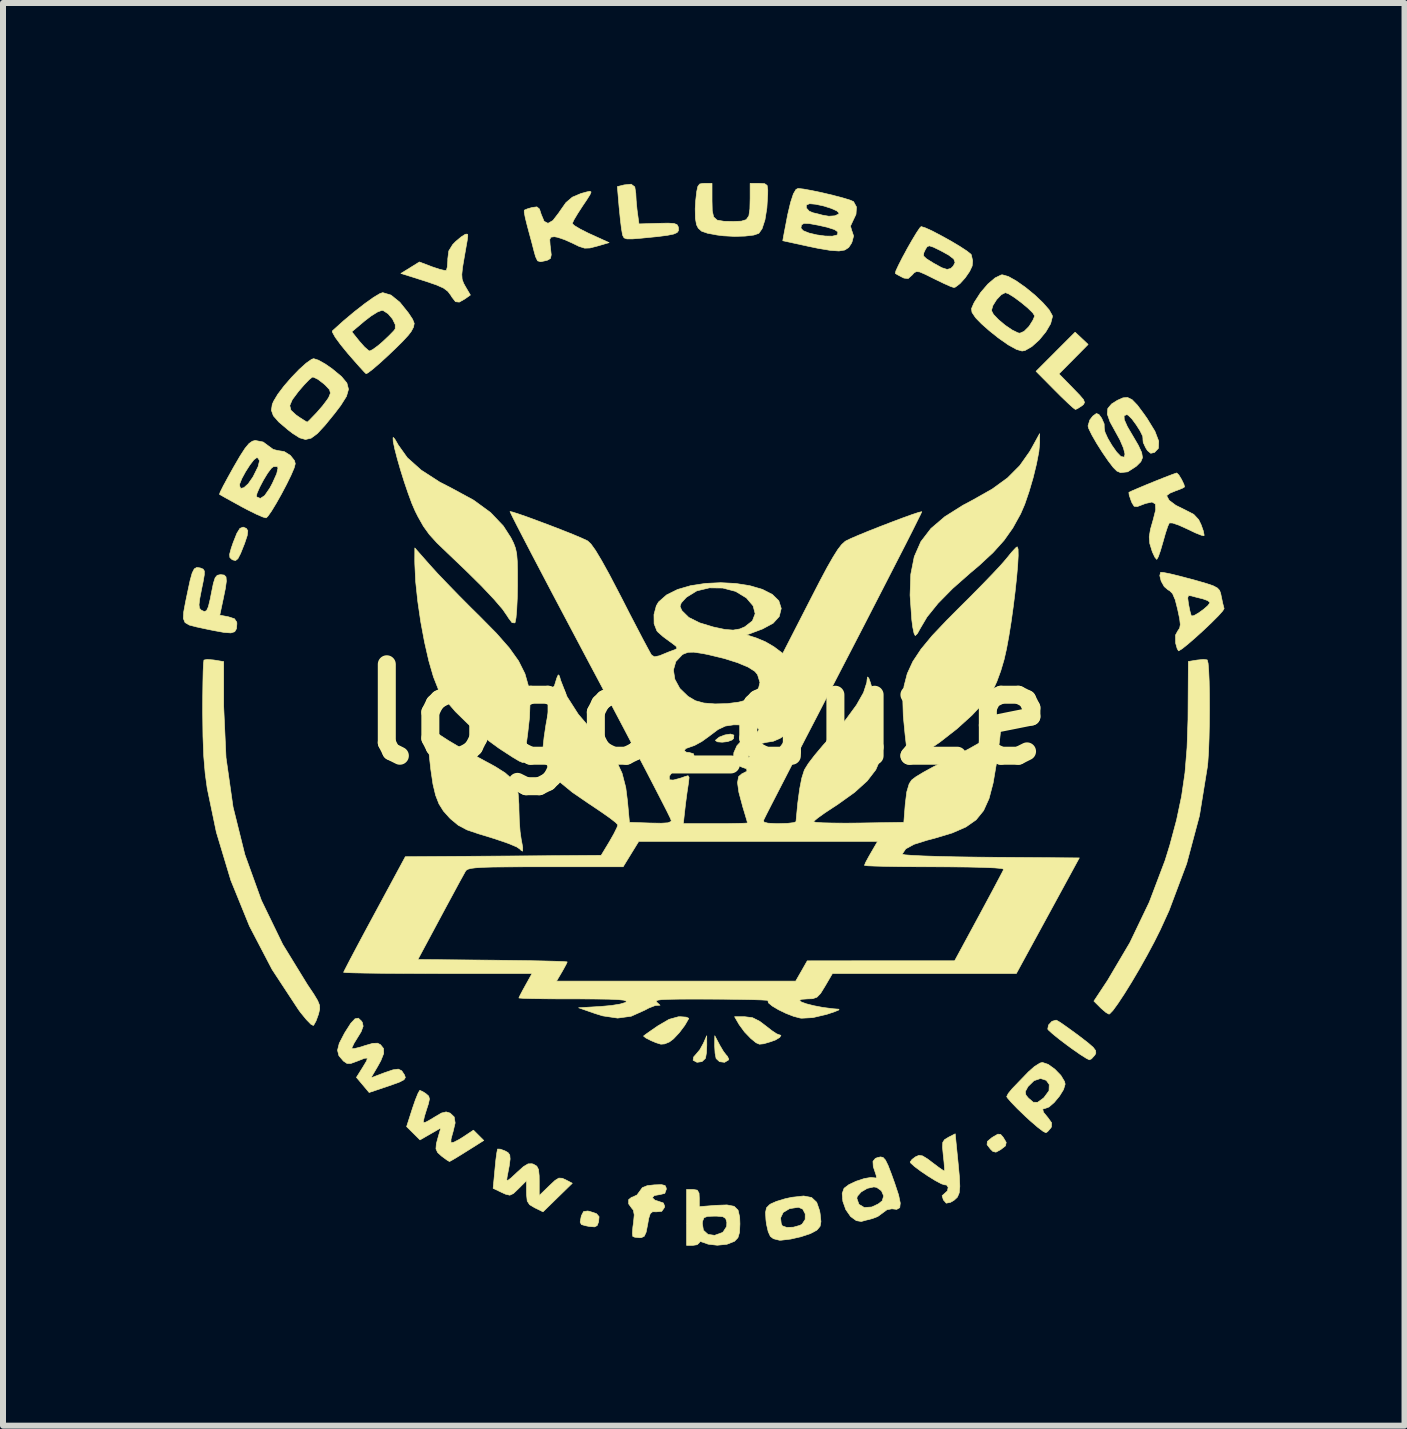
<source format=kicad_pcb>
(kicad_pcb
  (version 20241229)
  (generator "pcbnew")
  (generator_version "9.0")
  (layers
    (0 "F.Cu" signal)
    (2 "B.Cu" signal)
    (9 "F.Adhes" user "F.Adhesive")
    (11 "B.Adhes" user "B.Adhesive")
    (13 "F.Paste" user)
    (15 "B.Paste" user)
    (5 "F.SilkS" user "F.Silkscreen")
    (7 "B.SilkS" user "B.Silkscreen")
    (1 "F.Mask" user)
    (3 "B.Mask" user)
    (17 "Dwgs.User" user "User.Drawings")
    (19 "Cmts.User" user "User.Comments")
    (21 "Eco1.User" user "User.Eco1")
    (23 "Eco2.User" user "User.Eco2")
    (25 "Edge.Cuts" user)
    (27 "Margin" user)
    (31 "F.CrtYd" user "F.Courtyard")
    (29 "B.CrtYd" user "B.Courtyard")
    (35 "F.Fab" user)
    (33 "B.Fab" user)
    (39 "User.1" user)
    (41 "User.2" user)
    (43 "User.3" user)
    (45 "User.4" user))
  (footprint "logo_duze"
    (layer "F.Cu")
    (at 8.729 8.853)
    (property "Reference" "logo_duze" (at 0 0 0) (layer "F.SilkS") (effects (font (size 1.524 1.524) (thickness 0.3))))
    (attr through_hole)
    (fp_poly (pts (xy 0.448 0.345) (xy 0.449 0.346) (xy 0.444 0.403) (xy 0.418 0.427) (xy 0.345 0.454) (xy 0.255 0.464) (xy 0.177 0.458) (xy 0.143 0.437) (xy 0.146 0.428) (xy 0.206 0.379) (xy 0.3 0.343) (xy 0.393 0.328) (xy 0.448 0.345)) (stroke (width 0.01) (type solid)) (fill yes) (layer "F.SilkS"))
    (fp_poly (pts (xy -0.002 5.51) (xy -0.007 5.633) (xy -0.023 5.726) (xy -0.026 5.733) (xy -0.082 5.786) (xy -0.165 5.798) (xy -0.229 5.764) (xy -0.23 5.762) (xy -0.221 5.709) (xy -0.184 5.667) (xy -0.117 5.587) (xy -0.059 5.482) (xy -0.003 5.355) (xy -0.002 5.51)) (stroke (width 0.01) (type solid)) (fill yes) (layer "F.SilkS"))
    (fp_poly (pts (xy 4.894 6.999) (xy 4.937 7.048) (xy 4.987 7.132) (xy 4.975 7.19) (xy 4.894 7.253) (xy 4.816 7.295) (xy 4.765 7.283) (xy 4.725 7.244) (xy 4.668 7.17) (xy 4.673 7.116) (xy 4.746 7.055) (xy 4.768 7.041) (xy 4.848 6.995) (xy 4.894 6.999)) (stroke (width 0.01) (type solid)) (fill yes) (layer "F.SilkS"))
    (fp_poly (pts (xy 0.213 5.511) (xy 0.275 5.616) (xy 0.328 5.685) (xy 0.339 5.694) (xy 0.364 5.745) (xy 0.358 5.76) (xy 0.294 5.798) (xy 0.21 5.787) (xy 0.153 5.734) (xy 0.153 5.733) (xy 0.136 5.646) (xy 0.129 5.525) (xy 0.129 5.51) (xy 0.131 5.355) (xy 0.213 5.511)) (stroke (width 0.01) (type solid)) (fill yes) (layer "F.SilkS"))
    (fp_poly (pts (xy -1.953 8.282) (xy -1.841 8.319) (xy -1.797 8.37) (xy -1.805 8.456) (xy -1.805 8.457) (xy -1.829 8.518) (xy -1.872 8.54) (xy -1.96 8.533) (xy -2.021 8.521) (xy -2.091 8.501) (xy -2.112 8.46) (xy -2.095 8.369) (xy -2.09 8.351) (xy -2.055 8.284) (xy -1.985 8.275) (xy -1.953 8.282)) (stroke (width 0.01) (type solid)) (fill yes) (layer "F.SilkS"))
    (fp_poly (pts (xy -7.674 -3.098) (xy -7.65 -3.059) (xy -7.66 -2.978) (xy -7.706 -2.84) (xy -7.709 -2.834) (xy -7.77 -2.681) (xy -7.815 -2.594) (xy -7.854 -2.563) (xy -7.899 -2.573) (xy -7.917 -2.583) (xy -7.949 -2.614) (xy -7.953 -2.668) (xy -7.927 -2.765) (xy -7.893 -2.864) (xy -7.832 -3.017) (xy -7.781 -3.099) (xy -7.728 -3.12) (xy -7.674 -3.098)) (stroke (width 0.01) (type solid)) (fill yes) (layer "F.SilkS"))
    (fp_poly (pts (xy 6.244 -6.266) (xy 6.352 -6.164) (xy 6.109 -5.918) (xy 5.866 -5.673) (xy 6.097 -5.437) (xy 6.212 -5.318) (xy 6.275 -5.244) (xy 6.292 -5.197) (xy 6.274 -5.163) (xy 6.247 -5.141) (xy 6.174 -5.094) (xy 6.14 -5.08) (xy 6.102 -5.108) (xy 6.018 -5.184) (xy 5.901 -5.296) (xy 5.799 -5.398) (xy 5.484 -5.716) (xy 5.809 -6.042) (xy 6.135 -6.368) (xy 6.244 -6.266)) (stroke (width 0.01) (type solid)) (fill yes) (layer "F.SilkS"))
    (fp_poly (pts (xy -0.346 5.045) (xy -0.303 5.064) (xy -0.303 5.069) (xy -0.369 5.183) (xy -0.461 5.305) (xy -0.557 5.407) (xy -0.626 5.459) (xy -0.705 5.491) (xy -0.767 5.496) (xy -0.848 5.471) (xy -0.927 5.438) (xy -1.016 5.393) (xy -1.055 5.362) (xy -1.054 5.358) (xy -1.013 5.327) (xy -0.922 5.263) (xy -0.816 5.19) (xy -0.631 5.082) (xy -0.476 5.039) (xy -0.442 5.038) (xy -0.346 5.045)) (stroke (width 0.01) (type solid)) (fill yes) (layer "F.SilkS"))
    (fp_poly (pts (xy 0.759 5.054) (xy 0.88 5.115) (xy 0.974 5.186) (xy 1.079 5.268) (xy 1.16 5.322) (xy 1.189 5.334) (xy 1.233 5.348) (xy 1.213 5.383) (xy 1.141 5.426) (xy 1.064 5.454) (xy 0.945 5.489) (xy 0.875 5.496) (xy 0.819 5.472) (xy 0.742 5.409) (xy 0.733 5.402) (xy 0.627 5.292) (xy 0.537 5.169) (xy 0.537 5.169) (xy 0.461 5.038) (xy 0.629 5.038) (xy 0.759 5.054)) (stroke (width 0.01) (type solid)) (fill yes) (layer "F.SilkS"))
    (fp_poly (pts (xy 5.827 5.098) (xy 5.884 5.131) (xy 5.989 5.204) (xy 6.126 5.303) (xy 6.199 5.357) (xy 6.347 5.471) (xy 6.436 5.548) (xy 6.477 5.603) (xy 6.48 5.646) (xy 6.465 5.676) (xy 6.408 5.74) (xy 6.372 5.756) (xy 6.321 5.731) (xy 6.22 5.667) (xy 6.087 5.574) (xy 6.011 5.519) (xy 5.871 5.413) (xy 5.759 5.322) (xy 5.691 5.26) (xy 5.679 5.244) (xy 5.692 5.176) (xy 5.749 5.115) (xy 5.818 5.095) (xy 5.827 5.098)) (stroke (width 0.01) (type solid)) (fill yes) (layer "F.SilkS"))
    (fp_poly (pts (xy -1.202 -8.789) (xy -1.185 -8.682) (xy -1.179 -8.565) (xy -1.165 -8.416) (xy -1.159 -8.368) (xy -1.132 -8.172) (xy -0.809 -8.182) (xy -0.645 -8.185) (xy -0.548 -8.179) (xy -0.498 -8.16) (xy -0.478 -8.124) (xy -0.474 -8.102) (xy -0.474 -8.06) (xy -0.497 -8.028) (xy -0.554 -8.003) (xy -0.658 -7.982) (xy -0.821 -7.961) (xy -1.055 -7.938) (xy -1.084 -7.935) (xy -1.241 -7.922) (xy -1.333 -7.922) (xy -1.38 -7.939) (xy -1.402 -7.978) (xy -1.409 -8.007) (xy -1.424 -8.096) (xy -1.442 -8.241) (xy -1.459 -8.414) (xy -1.463 -8.45) (xy -1.492 -8.794) (xy -1.379 -8.822) (xy -1.262 -8.834) (xy -1.202 -8.789)) (stroke (width 0.01) (type solid)) (fill yes) (layer "F.SilkS"))
    (fp_poly (pts (xy 5.545 -4.525) (xy 5.531 -4.376) (xy 5.492 -4.174) (xy 5.436 -3.944) (xy 5.368 -3.712) (xy 5.296 -3.501) (xy 5.227 -3.341) (xy 5.097 -3.106) (xy 4.95 -2.898) (xy 4.77 -2.698) (xy 4.542 -2.486) (xy 4.388 -2.356) (xy 4.094 -2.097) (xy 3.851 -1.85) (xy 3.667 -1.622) (xy 3.553 -1.429) (xy 3.507 -1.346) (xy 3.471 -1.312) (xy 3.451 -1.351) (xy 3.43 -1.451) (xy 3.414 -1.573) (xy 3.385 -1.986) (xy 3.397 -2.334) (xy 3.455 -2.627) (xy 3.565 -2.878) (xy 3.732 -3.096) (xy 3.964 -3.294) (xy 4.264 -3.483) (xy 4.427 -3.57) (xy 4.753 -3.754) (xy 5.01 -3.941) (xy 5.214 -4.146) (xy 5.379 -4.38) (xy 5.416 -4.445) (xy 5.544 -4.678) (xy 5.545 -4.525)) (stroke (width 0.01) (type solid)) (fill yes) (layer "F.SilkS"))
    (fp_poly (pts (xy -4.606 -2.477) (xy -4.487 -2.346) (xy -4.323 -2.175) (xy -4.132 -1.978) (xy -3.928 -1.773) (xy -3.783 -1.63) (xy -3.508 -1.351) (xy -3.295 -1.109) (xy -3.138 -0.889) (xy -3.032 -0.677) (xy -2.97 -0.459) (xy -2.946 -0.222) (xy -2.956 0.05) (xy -2.985 0.311) (xy -3.01 0.5) (xy -3.03 0.655) (xy -3.043 0.759) (xy -3.048 0.794) (xy -3.067 0.804) (xy -3.127 0.779) (xy -3.238 0.713) (xy -3.406 0.604) (xy -3.471 0.561) (xy -3.729 0.373) (xy -3.973 0.167) (xy -4.188 -0.043) (xy -4.359 -0.241) (xy -4.472 -0.414) (xy -4.478 -0.425) (xy -4.557 -0.626) (xy -4.634 -0.892) (xy -4.705 -1.203) (xy -4.768 -1.54) (xy -4.818 -1.883) (xy -4.853 -2.212) (xy -4.867 -2.508) (xy -4.868 -2.561) (xy -4.867 -2.773) (xy -4.606 -2.477)) (stroke (width 0.01) (type solid)) (fill yes) (layer "F.SilkS"))
    (fp_poly (pts (xy -3.986 -7.996) (xy -3.985 -7.966) (xy -3.994 -7.896) (xy -4.016 -7.772) (xy -4.042 -7.623) (xy -4.072 -7.447) (xy -4.084 -7.33) (xy -4.079 -7.251) (xy -4.055 -7.184) (xy -4.023 -7.126) (xy -3.941 -6.987) (xy -4.033 -6.922) (xy -4.126 -6.869) (xy -4.189 -6.876) (xy -4.249 -6.953) (xy -4.267 -6.983) (xy -4.316 -7.048) (xy -4.389 -7.103) (xy -4.506 -7.155) (xy -4.684 -7.216) (xy -4.719 -7.227) (xy -5.099 -7.347) (xy -4.945 -7.442) (xy -4.791 -7.538) (xy -4.578 -7.457) (xy -4.455 -7.416) (xy -4.368 -7.396) (xy -4.341 -7.399) (xy -4.326 -7.453) (xy -4.318 -7.557) (xy -4.318 -7.589) (xy -4.301 -7.722) (xy -4.236 -7.828) (xy -4.187 -7.878) (xy -4.097 -7.954) (xy -4.03 -7.997) (xy -4.017 -8.001) (xy -3.997 -8.002) (xy -3.986 -7.996)) (stroke (width 0.01) (type solid)) (fill yes) (layer "F.SilkS"))
    (fp_poly (pts (xy 0.085 -8.556) (xy 0.089 -8.389) (xy 0.112 -8.288) (xy 0.17 -8.235) (xy 0.282 -8.216) (xy 0.443 -8.213) (xy 0.574 -8.218) (xy 0.655 -8.243) (xy 0.699 -8.306) (xy 0.716 -8.422) (xy 0.72 -8.597) (xy 0.72 -8.848) (xy 0.868 -8.848) (xy 0.961 -8.843) (xy 1.003 -8.814) (xy 1.014 -8.737) (xy 1.013 -8.668) (xy 0.999 -8.437) (xy 0.967 -8.239) (xy 0.919 -8.092) (xy 0.865 -8.015) (xy 0.78 -7.986) (xy 0.636 -7.969) (xy 0.458 -7.964) (xy 0.273 -7.974) (xy 0.169 -7.987) (xy 0.009 -8.017) (xy -0.089 -8.051) (xy -0.144 -8.101) (xy -0.173 -8.158) (xy -0.192 -8.265) (xy -0.195 -8.425) (xy -0.187 -8.559) (xy -0.17 -8.711) (xy -0.151 -8.797) (xy -0.121 -8.837) (xy -0.069 -8.847) (xy -0.037 -8.848) (xy 0.085 -8.848) (xy 0.085 -8.556)) (stroke (width 0.01) (type solid)) (fill yes) (layer "F.SilkS"))
    (fp_poly (pts (xy -8.226 -0.907) (xy -8.204 -0.904) (xy -8.052 -0.879) (xy -8.052 -0.133) (xy -8.013 0.721) (xy -7.896 1.544) (xy -7.699 2.337) (xy -7.424 3.099) (xy -7.069 3.831) (xy -6.657 4.503) (xy -6.551 4.661) (xy -6.486 4.769) (xy -6.455 4.846) (xy -6.452 4.911) (xy -6.469 4.984) (xy -6.474 5.002) (xy -6.513 5.109) (xy -6.551 5.177) (xy -6.559 5.184) (xy -6.599 5.163) (xy -6.673 5.087) (xy -6.769 4.97) (xy -6.805 4.921) (xy -7.245 4.251) (xy -7.622 3.529) (xy -7.933 2.764) (xy -8.174 1.963) (xy -8.326 1.234) (xy -8.36 0.984) (xy -8.384 0.7) (xy -8.397 0.367) (xy -8.402 -0.033) (xy -8.402 -0.049) (xy -8.401 -0.306) (xy -8.398 -0.533) (xy -8.394 -0.718) (xy -8.388 -0.845) (xy -8.381 -0.903) (xy -8.38 -0.905) (xy -8.327 -0.915) (xy -8.226 -0.907)) (stroke (width 0.01) (type solid)) (fill yes) (layer "F.SilkS"))
    (fp_poly (pts (xy -4.564 0.269) (xy -4.48 0.322) (xy -4.433 0.355) (xy -4.313 0.433) (xy -4.142 0.535) (xy -3.943 0.647) (xy -3.761 0.744) (xy -3.527 0.871) (xy -3.36 0.977) (xy -3.247 1.078) (xy -3.18 1.189) (xy -3.145 1.324) (xy -3.133 1.498) (xy -3.132 1.587) (xy -3.126 1.775) (xy -3.113 1.953) (xy -3.094 2.085) (xy -3.092 2.094) (xy -3.069 2.218) (xy -3.07 2.279) (xy -3.096 2.268) (xy -3.106 2.253) (xy -3.169 2.209) (xy -3.313 2.149) (xy -3.535 2.073) (xy -3.803 1.991) (xy -3.998 1.925) (xy -4.143 1.848) (xy -4.27 1.743) (xy -4.29 1.723) (xy -4.39 1.611) (xy -4.465 1.491) (xy -4.521 1.347) (xy -4.565 1.162) (xy -4.601 0.917) (xy -4.617 0.773) (xy -4.642 0.54) (xy -4.652 0.382) (xy -4.646 0.29) (xy -4.617 0.255) (xy -4.564 0.269)) (stroke (width 0.01) (type solid)) (fill yes) (layer "F.SilkS"))
    (fp_poly (pts (xy -0.697 7.851) (xy -0.678 7.892) (xy -0.677 7.914) (xy -0.702 7.982) (xy -0.781 8.001) (xy -0.878 8.018) (xy -0.909 8.055) (xy -0.866 8.095) (xy -0.812 8.112) (xy -0.725 8.142) (xy -0.704 8.195) (xy -0.709 8.219) (xy -0.753 8.281) (xy -0.841 8.289) (xy -0.906 8.288) (xy -0.944 8.319) (xy -0.97 8.4) (xy -0.987 8.498) (xy -1.013 8.629) (xy -1.044 8.696) (xy -1.092 8.719) (xy -1.118 8.721) (xy -1.202 8.712) (xy -1.235 8.699) (xy -1.241 8.648) (xy -1.234 8.543) (xy -1.224 8.477) (xy -1.211 8.34) (xy -1.226 8.26) (xy -1.252 8.229) (xy -1.304 8.157) (xy -1.304 8.085) (xy -1.253 8.045) (xy -1.238 8.043) (xy -1.165 8.008) (xy -1.121 7.948) (xy -1.076 7.886) (xy -0.994 7.853) (xy -0.878 7.84) (xy -0.756 7.836) (xy -0.697 7.851)) (stroke (width 0.01) (type solid)) (fill yes) (layer "F.SilkS"))
    (fp_poly (pts (xy 4.186 7.479) (xy 4.207 7.706) (xy 4.214 7.866) (xy 4.204 7.973) (xy 4.174 8.044) (xy 4.12 8.095) (xy 4.059 8.131) (xy 3.988 8.145) (xy 3.94 8.09) (xy 3.919 8.02) (xy 3.959 7.985) (xy 4.008 7.94) (xy 4.02 7.88) (xy 3.992 7.841) (xy 3.965 7.84) (xy 3.909 7.823) (xy 3.808 7.77) (xy 3.685 7.694) (xy 3.561 7.61) (xy 3.457 7.532) (xy 3.395 7.475) (xy 3.387 7.458) (xy 3.418 7.416) (xy 3.475 7.373) (xy 3.533 7.348) (xy 3.593 7.357) (xy 3.678 7.409) (xy 3.757 7.469) (xy 3.862 7.548) (xy 3.936 7.599) (xy 3.959 7.609) (xy 3.959 7.565) (xy 3.951 7.462) (xy 3.939 7.352) (xy 3.926 7.213) (xy 3.93 7.132) (xy 3.96 7.086) (xy 4.023 7.048) (xy 4.024 7.047) (xy 4.137 6.989) (xy 4.186 7.479)) (stroke (width 0.01) (type solid)) (fill yes) (layer "F.SilkS"))
    (fp_poly (pts (xy 5.185 -2.754) (xy 5.187 -2.646) (xy 5.178 -2.482) (xy 5.16 -2.276) (xy 5.135 -2.041) (xy 5.104 -1.791) (xy 5.069 -1.54) (xy 5.031 -1.302) (xy 4.992 -1.09) (xy 4.953 -0.918) (xy 4.951 -0.91) (xy 4.896 -0.724) (xy 4.831 -0.547) (xy 4.77 -0.413) (xy 4.763 -0.4) (xy 4.621 -0.204) (xy 4.417 0.014) (xy 4.165 0.242) (xy 3.879 0.465) (xy 3.575 0.671) (xy 3.509 0.712) (xy 3.356 0.804) (xy 3.302 0.337) (xy 3.272 0.026) (xy 3.264 -0.239) (xy 3.284 -0.469) (xy 3.338 -0.678) (xy 3.431 -0.88) (xy 3.568 -1.087) (xy 3.755 -1.313) (xy 3.999 -1.57) (xy 4.194 -1.766) (xy 4.398 -1.969) (xy 4.59 -2.164) (xy 4.759 -2.339) (xy 4.894 -2.483) (xy 4.982 -2.584) (xy 4.995 -2.6) (xy 5.08 -2.704) (xy 5.145 -2.774) (xy 5.17 -2.792) (xy 5.185 -2.754)) (stroke (width 0.01) (type solid)) (fill yes) (layer "F.SilkS"))
    (fp_poly (pts (xy -0.16 7.928) (xy -0.131 7.979) (xy -0.127 8.06) (xy -0.127 8.203) (xy 0.147 8.181) (xy 0.334 8.174) (xy 0.453 8.197) (xy 0.519 8.261) (xy 0.546 8.378) (xy 0.55 8.491) (xy 0.543 8.633) (xy 0.517 8.72) (xy 0.462 8.778) (xy 0.456 8.782) (xy 0.333 8.83) (xy 0.173 8.846) (xy 0.02 8.828) (xy -0.045 8.804) (xy -0.113 8.782) (xy -0.127 8.804) (xy -0.163 8.837) (xy -0.233 8.848) (xy -0.339 8.848) (xy -0.339 8.483) (xy -0.077 8.483) (xy -0.058 8.596) (xy 0.018 8.665) (xy 0.128 8.681) (xy 0.252 8.636) (xy 0.271 8.623) (xy 0.329 8.533) (xy 0.332 8.464) (xy 0.313 8.4) (xy 0.265 8.37) (xy 0.162 8.361) (xy 0.127 8.361) (xy 0.009 8.365) (xy -0.049 8.388) (xy -0.072 8.445) (xy -0.077 8.483) (xy -0.339 8.483) (xy -0.339 7.916) (xy -0.233 7.916) (xy -0.16 7.928)) (stroke (width 0.01) (type solid)) (fill yes) (layer "F.SilkS"))
    (fp_poly (pts (xy 1.744 8.05) (xy 1.829 8.13) (xy 1.878 8.271) (xy 1.887 8.325) (xy 1.9 8.453) (xy 1.886 8.53) (xy 1.838 8.588) (xy 1.826 8.598) (xy 1.724 8.652) (xy 1.57 8.703) (xy 1.397 8.743) (xy 1.238 8.762) (xy 1.21 8.763) (xy 1.108 8.737) (xy 1.057 8.698) (xy 1.021 8.619) (xy 0.992 8.492) (xy 0.984 8.427) (xy 0.982 8.395) (xy 1.228 8.395) (xy 1.238 8.484) (xy 1.256 8.523) (xy 1.33 8.549) (xy 1.442 8.545) (xy 1.551 8.514) (xy 1.586 8.494) (xy 1.637 8.417) (xy 1.638 8.323) (xy 1.597 8.244) (xy 1.526 8.213) (xy 1.377 8.236) (xy 1.271 8.299) (xy 1.228 8.389) (xy 1.228 8.395) (xy 0.982 8.395) (xy 0.977 8.298) (xy 0.993 8.222) (xy 1.043 8.171) (xy 1.064 8.157) (xy 1.161 8.114) (xy 1.304 8.071) (xy 1.415 8.047) (xy 1.611 8.025) (xy 1.744 8.05)) (stroke (width 0.01) (type solid)) (fill yes) (layer "F.SilkS"))
    (fp_poly (pts (xy 8.334 -0.908) (xy 8.337 -0.905) (xy 8.351 -0.851) (xy 8.361 -0.727) (xy 8.369 -0.549) (xy 8.373 -0.332) (xy 8.374 -0.092) (xy 8.372 0.157) (xy 8.367 0.398) (xy 8.359 0.617) (xy 8.347 0.798) (xy 8.34 0.868) (xy 8.207 1.689) (xy 7.994 2.487) (xy 7.7 3.27) (xy 7.554 3.59) (xy 7.451 3.796) (xy 7.332 4.018) (xy 7.205 4.244) (xy 7.077 4.461) (xy 6.956 4.656) (xy 6.849 4.818) (xy 6.765 4.934) (xy 6.71 4.991) (xy 6.699 4.995) (xy 6.65 4.968) (xy 6.571 4.901) (xy 6.557 4.887) (xy 6.448 4.778) (xy 6.676 4.433) (xy 7.047 3.805) (xy 7.371 3.129) (xy 7.634 2.435) (xy 7.713 2.18) (xy 7.826 1.759) (xy 7.909 1.365) (xy 7.966 0.973) (xy 8 0.557) (xy 8.016 0.09) (xy 8.017 -0.049) (xy 8.022 -0.881) (xy 8.168 -0.905) (xy 8.272 -0.915) (xy 8.334 -0.908)) (stroke (width 0.01) (type solid)) (fill yes) (layer "F.SilkS"))
    (fp_poly (pts (xy -5.197 -4.581) (xy -5.15 -4.5) (xy -5.146 -4.492) (xy -4.993 -4.277) (xy -4.76 -4.069) (xy -4.453 -3.871) (xy -4.244 -3.763) (xy -3.887 -3.569) (xy -3.606 -3.364) (xy -3.393 -3.14) (xy -3.266 -2.943) (xy -3.221 -2.853) (xy -3.19 -2.77) (xy -3.17 -2.677) (xy -3.16 -2.554) (xy -3.156 -2.384) (xy -3.156 -2.148) (xy -3.16 -1.933) (xy -3.169 -1.747) (xy -3.181 -1.608) (xy -3.196 -1.532) (xy -3.2 -1.524) (xy -3.247 -1.528) (xy -3.309 -1.61) (xy -3.319 -1.628) (xy -3.403 -1.75) (xy -3.55 -1.921) (xy -3.755 -2.138) (xy -4.016 -2.396) (xy -4.323 -2.689) (xy -4.498 -2.857) (xy -4.625 -2.997) (xy -4.723 -3.133) (xy -4.812 -3.29) (xy -4.861 -3.387) (xy -4.917 -3.517) (xy -4.979 -3.686) (xy -5.044 -3.877) (xy -5.106 -4.075) (xy -5.16 -4.263) (xy -5.202 -4.425) (xy -5.227 -4.546) (xy -5.23 -4.609) (xy -5.224 -4.614) (xy -5.197 -4.581)) (stroke (width 0.01) (type solid)) (fill yes) (layer "F.SilkS"))
    (fp_poly (pts (xy -3.442 7.245) (xy -3.366 7.273) (xy -3.314 7.302) (xy -3.285 7.342) (xy -3.279 7.409) (xy -3.294 7.524) (xy -3.328 7.702) (xy -3.329 7.705) (xy -3.335 7.758) (xy -3.317 7.766) (xy -3.262 7.724) (xy -3.167 7.635) (xy -3.057 7.536) (xy -2.98 7.49) (xy -2.915 7.488) (xy -2.889 7.496) (xy -2.835 7.528) (xy -2.806 7.584) (xy -2.795 7.688) (xy -2.794 7.775) (xy -2.794 8.018) (xy -2.629 7.858) (xy -2.531 7.766) (xy -2.467 7.727) (xy -2.41 7.73) (xy -2.354 7.755) (xy -2.243 7.813) (xy -2.487 8.051) (xy -2.731 8.289) (xy -2.868 8.222) (xy -2.954 8.171) (xy -2.994 8.11) (xy -3.005 8.005) (xy -3.006 7.962) (xy -3.006 7.77) (xy -3.139 7.903) (xy -3.224 7.984) (xy -3.284 8.012) (xy -3.353 7.996) (xy -3.417 7.967) (xy -3.562 7.898) (xy -3.532 7.579) (xy -3.517 7.424) (xy -3.501 7.306) (xy -3.489 7.246) (xy -3.488 7.243) (xy -3.442 7.245)) (stroke (width 0.01) (type solid)) (fill yes) (layer "F.SilkS"))
    (fp_poly (pts (xy -8.444 -2.44) (xy -8.435 -2.437) (xy -8.394 -2.42) (xy -8.374 -2.388) (xy -8.375 -2.324) (xy -8.395 -2.207) (xy -8.419 -2.092) (xy -8.451 -1.927) (xy -8.463 -1.825) (xy -8.455 -1.768) (xy -8.427 -1.738) (xy -8.425 -1.736) (xy -8.374 -1.713) (xy -8.337 -1.728) (xy -8.307 -1.793) (xy -8.276 -1.922) (xy -8.255 -2.03) (xy -8.223 -2.186) (xy -8.194 -2.276) (xy -8.159 -2.317) (xy -8.108 -2.328) (xy -8.1 -2.328) (xy -8.043 -2.321) (xy -8.013 -2.29) (xy -8.007 -2.22) (xy -8.024 -2.097) (xy -8.061 -1.916) (xy -8.117 -1.653) (xy -7.974 -1.626) (xy -7.872 -1.593) (xy -7.834 -1.536) (xy -7.832 -1.509) (xy -7.839 -1.427) (xy -7.868 -1.377) (xy -7.932 -1.357) (xy -8.045 -1.365) (xy -8.221 -1.397) (xy -8.319 -1.417) (xy -8.502 -1.456) (xy -8.625 -1.488) (xy -8.696 -1.53) (xy -8.724 -1.598) (xy -8.718 -1.707) (xy -8.687 -1.874) (xy -8.654 -2.032) (xy -8.612 -2.229) (xy -8.577 -2.355) (xy -8.542 -2.424) (xy -8.5 -2.448) (xy -8.444 -2.44)) (stroke (width 0.01) (type solid)) (fill yes) (layer "F.SilkS"))
    (fp_poly (pts (xy -5.756 5.111) (xy -5.742 5.132) (xy -5.728 5.196) (xy -5.762 5.289) (xy -5.816 5.377) (xy -5.88 5.481) (xy -5.914 5.553) (xy -5.916 5.571) (xy -5.87 5.568) (xy -5.77 5.543) (xy -5.7 5.52) (xy -5.569 5.482) (xy -5.488 5.479) (xy -5.439 5.504) (xy -5.388 5.568) (xy -5.386 5.651) (xy -5.433 5.77) (xy -5.487 5.868) (xy -5.598 6.057) (xy -5.375 5.972) (xy -5.231 5.923) (xy -5.142 5.911) (xy -5.085 5.939) (xy -5.038 6.01) (xy -5.025 6.052) (xy -5.048 6.088) (xy -5.12 6.126) (xy -5.254 6.175) (xy -5.312 6.195) (xy -5.628 6.301) (xy -5.84 6.049) (xy -5.735 5.882) (xy -5.67 5.774) (xy -5.658 5.727) (xy -5.707 5.731) (xy -5.826 5.778) (xy -5.829 5.779) (xy -5.933 5.817) (xy -5.997 5.817) (xy -6.056 5.777) (xy -6.059 5.774) (xy -6.132 5.688) (xy -6.155 5.597) (xy -6.126 5.481) (xy -6.044 5.323) (xy -6.028 5.295) (xy -5.934 5.148) (xy -5.864 5.073) (xy -5.808 5.062) (xy -5.756 5.111)) (stroke (width 0.01) (type solid)) (fill yes) (layer "F.SilkS"))
    (fp_poly (pts (xy -4.732 6.288) (xy -4.68 6.322) (xy -4.636 6.361) (xy -4.623 6.409) (xy -4.641 6.491) (xy -4.671 6.583) (xy -4.708 6.703) (xy -4.725 6.784) (xy -4.724 6.805) (xy -4.682 6.794) (xy -4.595 6.746) (xy -4.537 6.71) (xy -4.423 6.643) (xy -4.346 6.624) (xy -4.279 6.644) (xy -4.211 6.708) (xy -4.195 6.808) (xy -4.231 6.959) (xy -4.238 6.981) (xy -4.264 7.078) (xy -4.265 7.136) (xy -4.263 7.138) (xy -4.219 7.13) (xy -4.129 7.084) (xy -4.066 7.045) (xy -3.89 6.928) (xy -3.804 7.014) (xy -3.718 7.1) (xy -3.996 7.275) (xy -4.129 7.358) (xy -4.232 7.42) (xy -4.287 7.45) (xy -4.29 7.451) (xy -4.331 7.427) (xy -4.409 7.37) (xy -4.422 7.36) (xy -4.487 7.301) (xy -4.515 7.24) (xy -4.508 7.153) (xy -4.47 7.014) (xy -4.463 6.991) (xy -4.433 6.891) (xy -4.607 6.991) (xy -4.781 7.091) (xy -5.004 6.869) (xy -4.907 6.567) (xy -4.857 6.422) (xy -4.814 6.316) (xy -4.786 6.267) (xy -4.783 6.265) (xy -4.732 6.288)) (stroke (width 0.01) (type solid)) (fill yes) (layer "F.SilkS"))
    (fp_poly (pts (xy -5.264 -6.986) (xy -5.116 -6.866) (xy -4.974 -6.689) (xy -4.904 -6.583) (xy -4.877 -6.514) (xy -4.889 -6.452) (xy -4.928 -6.379) (xy -4.979 -6.313) (xy -5.072 -6.213) (xy -5.193 -6.093) (xy -5.326 -5.967) (xy -5.456 -5.848) (xy -5.569 -5.751) (xy -5.649 -5.69) (xy -5.679 -5.676) (xy -5.711 -5.707) (xy -5.786 -5.789) (xy -5.892 -5.909) (xy -5.986 -6.017) (xy -6.105 -6.163) (xy -6.193 -6.283) (xy -6.238 -6.364) (xy -6.239 -6.375) (xy -5.917 -6.375) (xy -5.788 -6.214) (xy -5.705 -6.121) (xy -5.638 -6.063) (xy -5.618 -6.054) (xy -5.566 -6.08) (xy -5.475 -6.147) (xy -5.403 -6.209) (xy -5.299 -6.307) (xy -5.22 -6.388) (xy -5.194 -6.422) (xy -5.193 -6.494) (xy -5.239 -6.589) (xy -5.313 -6.676) (xy -5.392 -6.727) (xy -5.417 -6.731) (xy -5.488 -6.705) (xy -5.597 -6.637) (xy -5.706 -6.553) (xy -5.917 -6.375) (xy -6.239 -6.375) (xy -6.24 -6.39) (xy -6.056 -6.556) (xy -5.871 -6.711) (xy -5.699 -6.845) (xy -5.553 -6.949) (xy -5.447 -7.012) (xy -5.401 -7.027) (xy -5.264 -6.986)) (stroke (width 0.01) (type solid)) (fill yes) (layer "F.SilkS"))
    (fp_poly (pts (xy 2.935 7.383) (xy 2.975 7.427) (xy 3.019 7.517) (xy 3.077 7.668) (xy 3.127 7.807) (xy 3.194 8.009) (xy 3.222 8.144) (xy 3.213 8.22) (xy 3.163 8.248) (xy 3.082 8.239) (xy 3 8.254) (xy 2.941 8.298) (xy 2.847 8.367) (xy 2.759 8.401) (xy 2.645 8.43) (xy 2.572 8.45) (xy 2.489 8.436) (xy 2.395 8.368) (xy 2.314 8.252) (xy 2.265 8.114) (xy 2.261 8.064) (xy 2.498 8.064) (xy 2.533 8.164) (xy 2.622 8.217) (xy 2.744 8.209) (xy 2.75 8.207) (xy 2.855 8.158) (xy 2.921 8.106) (xy 2.945 8.024) (xy 2.908 7.939) (xy 2.829 7.882) (xy 2.781 7.874) (xy 2.672 7.898) (xy 2.57 7.958) (xy 2.506 8.031) (xy 2.498 8.064) (xy 2.261 8.064) (xy 2.254 7.984) (xy 2.285 7.897) (xy 2.364 7.837) (xy 2.487 7.779) (xy 2.621 7.735) (xy 2.733 7.716) (xy 2.776 7.721) (xy 2.826 7.726) (xy 2.82 7.68) (xy 2.772 7.536) (xy 2.767 7.448) (xy 2.806 7.4) (xy 2.837 7.387) (xy 2.892 7.374) (xy 2.935 7.383)) (stroke (width 0.01) (type solid)) (fill yes) (layer "F.SilkS"))
    (fp_poly (pts (xy 5.686 5.832) (xy 5.797 5.912) (xy 5.897 6.015) (xy 5.959 6.118) (xy 5.969 6.162) (xy 5.942 6.252) (xy 5.874 6.362) (xy 5.786 6.468) (xy 5.7 6.542) (xy 5.647 6.562) (xy 5.595 6.577) (xy 5.608 6.63) (xy 5.682 6.72) (xy 5.743 6.805) (xy 5.741 6.872) (xy 5.732 6.889) (xy 5.676 6.954) (xy 5.648 6.971) (xy 5.603 6.949) (xy 5.512 6.88) (xy 5.39 6.775) (xy 5.302 6.694) (xy 5.172 6.569) (xy 5.07 6.463) (xy 5.008 6.391) (xy 4.995 6.369) (xy 5.022 6.316) (xy 5.047 6.286) (xy 5.305 6.286) (xy 5.315 6.343) (xy 5.356 6.393) (xy 5.437 6.463) (xy 5.511 6.464) (xy 5.605 6.396) (xy 5.617 6.385) (xy 5.7 6.272) (xy 5.704 6.167) (xy 5.654 6.098) (xy 5.558 6.067) (xy 5.45 6.104) (xy 5.352 6.2) (xy 5.348 6.206) (xy 5.305 6.286) (xy 5.047 6.286) (xy 5.088 6.236) (xy 5.099 6.225) (xy 5.192 6.128) (xy 5.307 6.009) (xy 5.356 5.958) (xy 5.459 5.867) (xy 5.551 5.81) (xy 5.59 5.8) (xy 5.686 5.832)) (stroke (width 0.01) (type solid)) (fill yes) (layer "F.SilkS"))
    (fp_poly (pts (xy -1.93 -8.704) (xy -1.949 -8.658) (xy -2.01 -8.562) (xy -2.069 -8.475) (xy -2.154 -8.344) (xy -2.216 -8.24) (xy -2.243 -8.181) (xy -2.244 -8.178) (xy -2.208 -8.144) (xy -2.113 -8.087) (xy -1.977 -8.018) (xy -1.937 -8) (xy -1.63 -7.86) (xy -1.829 -7.802) (xy -1.949 -7.771) (xy -2.037 -7.768) (xy -2.132 -7.798) (xy -2.24 -7.851) (xy -2.375 -7.911) (xy -2.492 -7.95) (xy -2.543 -7.959) (xy -2.599 -7.951) (xy -2.619 -7.912) (xy -2.613 -7.821) (xy -2.607 -7.774) (xy -2.594 -7.657) (xy -2.607 -7.597) (xy -2.654 -7.569) (xy -2.676 -7.562) (xy -2.77 -7.542) (xy -2.822 -7.557) (xy -2.855 -7.626) (xy -2.88 -7.715) (xy -2.918 -7.862) (xy -2.966 -8.039) (xy -2.993 -8.14) (xy -3.026 -8.272) (xy -3.044 -8.367) (xy -3.043 -8.401) (xy -2.994 -8.422) (xy -2.913 -8.446) (xy -2.833 -8.456) (xy -2.79 -8.42) (xy -2.762 -8.333) (xy -2.713 -8.216) (xy -2.648 -8.182) (xy -2.566 -8.229) (xy -2.466 -8.359) (xy -2.451 -8.382) (xy -2.349 -8.527) (xy -2.242 -8.618) (xy -2.098 -8.679) (xy -2.003 -8.705) (xy -1.95 -8.716) (xy -1.93 -8.704)) (stroke (width 0.01) (type solid)) (fill yes) (layer "F.SilkS"))
    (fp_poly (pts (xy -6.474 -5.902) (xy -6.358 -5.837) (xy -6.241 -5.755) (xy -6.088 -5.628) (xy -5.999 -5.521) (xy -5.972 -5.417) (xy -6.006 -5.299) (xy -6.101 -5.148) (xy -6.202 -5.015) (xy -6.365 -4.815) (xy -6.491 -4.679) (xy -6.595 -4.602) (xy -6.689 -4.58) (xy -6.787 -4.608) (xy -6.902 -4.681) (xy -6.98 -4.741) (xy -7.134 -4.872) (xy -7.224 -4.975) (xy -7.257 -5.067) (xy -7.245 -5.145) (xy -6.951 -5.145) (xy -6.931 -5.067) (xy -6.848 -4.99) (xy -6.791 -4.95) (xy -6.707 -4.896) (xy -6.661 -4.869) (xy -6.66 -4.869) (xy -6.629 -4.896) (xy -6.559 -4.968) (xy -6.503 -5.026) (xy -6.404 -5.14) (xy -6.324 -5.246) (xy -6.3 -5.284) (xy -6.273 -5.353) (xy -6.288 -5.41) (xy -6.356 -5.483) (xy -6.386 -5.51) (xy -6.482 -5.583) (xy -6.557 -5.619) (xy -6.576 -5.619) (xy -6.626 -5.579) (xy -6.71 -5.492) (xy -6.806 -5.381) (xy -6.909 -5.243) (xy -6.951 -5.145) (xy -7.245 -5.145) (xy -7.243 -5.163) (xy -7.219 -5.219) (xy -7.15 -5.334) (xy -7.046 -5.471) (xy -6.923 -5.613) (xy -6.795 -5.746) (xy -6.677 -5.852) (xy -6.586 -5.916) (xy -6.552 -5.927) (xy -6.474 -5.902)) (stroke (width 0.01) (type solid)) (fill yes) (layer "F.SilkS"))
    (fp_poly (pts (xy 5.023 -7.296) (xy 5.156 -7.221) (xy 5.308 -7.114) (xy 5.461 -6.989) (xy 5.597 -6.86) (xy 5.701 -6.742) (xy 5.754 -6.648) (xy 5.757 -6.626) (xy 5.727 -6.509) (xy 5.647 -6.373) (xy 5.537 -6.239) (xy 5.415 -6.129) (xy 5.301 -6.063) (xy 5.251 -6.054) (xy 5.158 -6.081) (xy 5.019 -6.158) (xy 4.852 -6.275) (xy 4.851 -6.276) (xy 4.705 -6.393) (xy 4.576 -6.507) (xy 4.487 -6.598) (xy 4.472 -6.616) (xy 4.417 -6.698) (xy 4.413 -6.729) (xy 4.741 -6.729) (xy 4.774 -6.665) (xy 4.858 -6.577) (xy 4.969 -6.484) (xy 5.085 -6.405) (xy 5.183 -6.357) (xy 5.215 -6.351) (xy 5.285 -6.382) (xy 5.364 -6.461) (xy 5.373 -6.473) (xy 5.432 -6.567) (xy 5.461 -6.636) (xy 5.461 -6.641) (xy 5.429 -6.691) (xy 5.348 -6.77) (xy 5.24 -6.86) (xy 5.126 -6.945) (xy 5.029 -7.006) (xy 4.973 -7.027) (xy 4.905 -6.993) (xy 4.827 -6.911) (xy 4.765 -6.812) (xy 4.741 -6.729) (xy 4.413 -6.729) (xy 4.409 -6.761) (xy 4.446 -6.847) (xy 4.459 -6.871) (xy 4.561 -7.029) (xy 4.681 -7.169) (xy 4.801 -7.272) (xy 4.904 -7.322) (xy 4.924 -7.324) (xy 5.023 -7.296)) (stroke (width 0.01) (type solid)) (fill yes) (layer "F.SilkS"))
    (fp_poly (pts (xy 3.638 -8.107) (xy 3.757 -8.053) (xy 3.905 -7.975) (xy 4.064 -7.887) (xy 4.212 -7.799) (xy 4.33 -7.722) (xy 4.398 -7.668) (xy 4.405 -7.658) (xy 4.428 -7.557) (xy 4.42 -7.472) (xy 4.377 -7.38) (xy 4.303 -7.273) (xy 4.217 -7.178) (xy 4.141 -7.12) (xy 4.116 -7.112) (xy 4.06 -7.13) (xy 3.952 -7.178) (xy 3.811 -7.246) (xy 3.783 -7.26) (xy 3.636 -7.333) (xy 3.545 -7.372) (xy 3.49 -7.378) (xy 3.452 -7.357) (xy 3.42 -7.321) (xy 3.354 -7.262) (xy 3.284 -7.269) (xy 3.251 -7.285) (xy 3.172 -7.327) (xy 3.139 -7.348) (xy 3.149 -7.39) (xy 3.193 -7.485) (xy 3.259 -7.615) (xy 3.296 -7.682) (xy 3.61 -7.682) (xy 3.611 -7.636) (xy 3.66 -7.59) (xy 3.768 -7.523) (xy 3.778 -7.517) (xy 3.914 -7.442) (xy 4.002 -7.414) (xy 4.064 -7.43) (xy 4.105 -7.47) (xy 4.135 -7.53) (xy 4.113 -7.588) (xy 4.028 -7.653) (xy 3.893 -7.727) (xy 3.774 -7.785) (xy 3.707 -7.807) (xy 3.67 -7.793) (xy 3.642 -7.75) (xy 3.61 -7.682) (xy 3.296 -7.682) (xy 3.338 -7.761) (xy 3.42 -7.904) (xy 3.493 -8.025) (xy 3.547 -8.105) (xy 3.57 -8.128) (xy 3.638 -8.107)) (stroke (width 0.01) (type solid)) (fill yes) (layer "F.SilkS"))
    (fp_poly (pts (xy 7.606 -2.364) (xy 7.713 -2.343) (xy 7.862 -2.307) (xy 7.927 -2.29) (xy 8.162 -2.227) (xy 8.328 -2.179) (xy 8.439 -2.141) (xy 8.506 -2.105) (xy 8.542 -2.066) (xy 8.56 -2.017) (xy 8.571 -1.964) (xy 8.595 -1.849) (xy 8.616 -1.768) (xy 8.618 -1.763) (xy 8.594 -1.723) (xy 8.521 -1.641) (xy 8.412 -1.532) (xy 8.284 -1.41) (xy 8.15 -1.288) (xy 8.026 -1.18) (xy 7.926 -1.099) (xy 7.865 -1.06) (xy 7.858 -1.058) (xy 7.836 -1.095) (xy 7.811 -1.183) (xy 7.81 -1.188) (xy 7.808 -1.321) (xy 7.845 -1.389) (xy 7.877 -1.436) (xy 7.888 -1.496) (xy 7.877 -1.593) (xy 7.844 -1.748) (xy 7.844 -1.749) (xy 7.802 -1.913) (xy 7.789 -1.942) (xy 8.011 -1.942) (xy 8.024 -1.842) (xy 8.025 -1.835) (xy 8.048 -1.722) (xy 8.069 -1.648) (xy 8.073 -1.64) (xy 8.112 -1.644) (xy 8.188 -1.687) (xy 8.276 -1.75) (xy 8.349 -1.814) (xy 8.382 -1.861) (xy 8.382 -1.863) (xy 8.346 -1.895) (xy 8.266 -1.924) (xy 8.149 -1.953) (xy 8.072 -1.974) (xy 8.025 -1.979) (xy 8.011 -1.942) (xy 7.789 -1.942) (xy 7.759 -2.012) (xy 7.707 -2.063) (xy 7.684 -2.074) (xy 7.62 -2.129) (xy 7.569 -2.22) (xy 7.546 -2.312) (xy 7.56 -2.367) (xy 7.606 -2.364)) (stroke (width 0.01) (type solid)) (fill yes) (layer "F.SilkS"))
    (fp_poly (pts (xy 7.863 -3.989) (xy 7.909 -3.914) (xy 7.948 -3.833) (xy 7.959 -3.79) (xy 7.923 -3.768) (xy 7.835 -3.733) (xy 7.811 -3.725) (xy 7.714 -3.685) (xy 7.664 -3.647) (xy 7.662 -3.64) (xy 7.702 -3.566) (xy 7.813 -3.483) (xy 7.977 -3.402) (xy 8.112 -3.332) (xy 8.194 -3.244) (xy 8.235 -3.159) (xy 8.272 -3.054) (xy 8.285 -2.986) (xy 8.282 -2.976) (xy 8.238 -2.985) (xy 8.14 -3.024) (xy 8.008 -3.087) (xy 8 -3.091) (xy 7.865 -3.152) (xy 7.76 -3.188) (xy 7.706 -3.19) (xy 7.705 -3.189) (xy 7.679 -3.133) (xy 7.641 -3.019) (xy 7.599 -2.871) (xy 7.598 -2.868) (xy 7.557 -2.727) (xy 7.521 -2.625) (xy 7.496 -2.582) (xy 7.495 -2.582) (xy 7.464 -2.618) (xy 7.423 -2.705) (xy 7.417 -2.723) (xy 7.379 -2.847) (xy 7.37 -2.957) (xy 7.391 -3.085) (xy 7.437 -3.246) (xy 7.478 -3.409) (xy 7.473 -3.505) (xy 7.417 -3.538) (xy 7.308 -3.514) (xy 7.269 -3.499) (xy 7.171 -3.462) (xy 7.119 -3.467) (xy 7.083 -3.524) (xy 7.068 -3.561) (xy 7.037 -3.651) (xy 7.031 -3.698) (xy 7.032 -3.699) (xy 7.081 -3.723) (xy 7.186 -3.768) (xy 7.326 -3.827) (xy 7.481 -3.89) (xy 7.629 -3.949) (xy 7.749 -3.995) (xy 7.82 -4.02) (xy 7.829 -4.022) (xy 7.863 -3.989)) (stroke (width 0.01) (type solid)) (fill yes) (layer "F.SilkS"))
    (fp_poly (pts (xy 1.61 -8.753) (xy 1.752 -8.727) (xy 1.923 -8.691) (xy 2.1 -8.649) (xy 2.26 -8.607) (xy 2.382 -8.57) (xy 2.443 -8.544) (xy 2.492 -8.454) (xy 2.484 -8.332) (xy 2.433 -8.224) (xy 2.392 -8.136) (xy 2.414 -8.058) (xy 2.417 -8.052) (xy 2.444 -7.971) (xy 2.418 -7.872) (xy 2.408 -7.849) (xy 2.362 -7.779) (xy 2.297 -7.737) (xy 2.2 -7.721) (xy 2.056 -7.731) (xy 1.853 -7.765) (xy 1.68 -7.801) (xy 1.264 -7.892) (xy 1.291 -8.042) (xy 1.303 -8.102) (xy 1.566 -8.102) (xy 1.604 -8.059) (xy 1.701 -8.02) (xy 1.832 -7.989) (xy 1.97 -7.97) (xy 2.091 -7.968) (xy 2.167 -7.987) (xy 2.178 -7.998) (xy 2.181 -8.04) (xy 2.126 -8.078) (xy 2.003 -8.117) (xy 1.857 -8.15) (xy 1.704 -8.178) (xy 1.616 -8.181) (xy 1.576 -8.155) (xy 1.566 -8.102) (xy 1.303 -8.102) (xy 1.346 -8.327) (xy 1.384 -8.487) (xy 1.656 -8.487) (xy 1.657 -8.437) (xy 1.705 -8.384) (xy 1.767 -8.358) (xy 1.868 -8.334) (xy 1.926 -8.318) (xy 2.032 -8.3) (xy 2.131 -8.307) (xy 2.194 -8.336) (xy 2.201 -8.354) (xy 2.164 -8.39) (xy 2.069 -8.432) (xy 1.942 -8.472) (xy 1.81 -8.5) (xy 1.711 -8.509) (xy 1.656 -8.487) (xy 1.384 -8.487) (xy 1.396 -8.536) (xy 1.441 -8.673) (xy 1.484 -8.746) (xy 1.519 -8.763) (xy 1.61 -8.753)) (stroke (width 0.01) (type solid)) (fill yes) (layer "F.SilkS"))
    (fp_poly (pts (xy 7.085 -5.243) (xy 7.172 -5.153) (xy 7.284 -5.002) (xy 7.334 -4.931) (xy 7.465 -4.717) (xy 7.528 -4.552) (xy 7.523 -4.433) (xy 7.458 -4.364) (xy 7.395 -4.35) (xy 7.34 -4.396) (xy 7.311 -4.442) (xy 7.27 -4.53) (xy 7.265 -4.583) (xy 7.266 -4.585) (xy 7.262 -4.634) (xy 7.219 -4.722) (xy 7.153 -4.826) (xy 7.082 -4.922) (xy 7.02 -4.984) (xy 6.996 -4.995) (xy 6.951 -4.975) (xy 6.954 -4.911) (xy 7.006 -4.794) (xy 7.086 -4.658) (xy 7.188 -4.484) (xy 7.244 -4.363) (xy 7.258 -4.277) (xy 7.23 -4.209) (xy 7.163 -4.142) (xy 7.152 -4.132) (xy 7.011 -4.041) (xy 6.892 -4.028) (xy 6.831 -4.054) (xy 6.771 -4.114) (xy 6.686 -4.225) (xy 6.59 -4.365) (xy 6.495 -4.515) (xy 6.415 -4.654) (xy 6.363 -4.76) (xy 6.35 -4.806) (xy 6.38 -4.905) (xy 6.429 -4.969) (xy 6.489 -5.013) (xy 6.531 -4.998) (xy 6.577 -4.935) (xy 6.619 -4.84) (xy 6.621 -4.767) (xy 6.632 -4.704) (xy 6.679 -4.6) (xy 6.749 -4.481) (xy 6.825 -4.373) (xy 6.892 -4.303) (xy 6.901 -4.296) (xy 6.953 -4.286) (xy 6.966 -4.337) (xy 6.941 -4.437) (xy 6.882 -4.574) (xy 6.816 -4.694) (xy 6.717 -4.874) (xy 6.672 -5.003) (xy 6.68 -5.097) (xy 6.743 -5.172) (xy 6.838 -5.232) (xy 6.932 -5.274) (xy 7.009 -5.28) (xy 7.085 -5.243)) (stroke (width 0.01) (type solid)) (fill yes) (layer "F.SilkS"))
    (fp_poly (pts (xy -7.394 -4.538) (xy -7.316 -4.48) (xy -7.227 -4.415) (xy -7.148 -4.395) (xy -7.146 -4.395) (xy -7.044 -4.379) (xy -6.941 -4.315) (xy -6.872 -4.228) (xy -6.859 -4.176) (xy -6.878 -4.105) (xy -6.93 -3.984) (xy -7.004 -3.833) (xy -7.09 -3.67) (xy -7.178 -3.514) (xy -7.257 -3.384) (xy -7.318 -3.298) (xy -7.345 -3.274) (xy -7.398 -3.288) (xy -7.507 -3.335) (xy -7.652 -3.407) (xy -7.747 -3.457) (xy -7.903 -3.543) (xy -8.028 -3.612) (xy -8.057 -3.629) (xy -7.508 -3.629) (xy -7.506 -3.625) (xy -7.441 -3.598) (xy -7.369 -3.645) (xy -7.284 -3.768) (xy -7.24 -3.85) (xy -7.168 -4.01) (xy -7.147 -4.105) (xy -7.159 -4.13) (xy -7.222 -4.128) (xy -7.258 -4.101) (xy -7.321 -4.017) (xy -7.39 -3.903) (xy -7.452 -3.785) (xy -7.496 -3.685) (xy -7.508 -3.629) (xy -8.057 -3.629) (xy -8.105 -3.656) (xy -8.122 -3.666) (xy -8.109 -3.705) (xy -8.06 -3.803) (xy -8.054 -3.814) (xy -7.789 -3.814) (xy -7.769 -3.765) (xy -7.715 -3.777) (xy -7.643 -3.842) (xy -7.567 -3.951) (xy -7.56 -3.963) (xy -7.479 -4.126) (xy -7.454 -4.228) (xy -7.483 -4.273) (xy -7.504 -4.276) (xy -7.549 -4.242) (xy -7.615 -4.156) (xy -7.687 -4.044) (xy -7.749 -3.93) (xy -7.785 -3.84) (xy -7.789 -3.814) (xy -8.054 -3.814) (xy -7.984 -3.944) (xy -7.889 -4.115) (xy -7.778 -4.306) (xy -7.695 -4.434) (xy -7.63 -4.512) (xy -7.575 -4.551) (xy -7.527 -4.564) (xy -7.394 -4.538)) (stroke (width 0.01) (type solid)) (fill yes) (layer "F.SilkS"))
    (fp_poly (pts (xy -3.238 -3.371) (xy -3.132 -3.337) (xy -2.98 -3.284) (xy -2.799 -3.217) (xy -2.602 -3.143) (xy -2.408 -3.068) (xy -2.232 -2.998) (xy -2.09 -2.938) (xy -1.999 -2.896) (xy -1.986 -2.889) (xy -1.932 -2.838) (xy -1.856 -2.732) (xy -1.756 -2.565) (xy -1.628 -2.334) (xy -1.47 -2.032) (xy -1.418 -1.932) (xy -1.288 -1.677) (xy -1.168 -1.447) (xy -1.066 -1.251) (xy -0.986 -1.102) (xy -0.936 -1.01) (xy -0.921 -0.987) (xy -0.873 -0.959) (xy -0.789 -0.977) (xy -0.748 -0.994) (xy -0.631 -1.042) (xy -0.536 -1.077) (xy -0.535 -1.077) (xy -0.497 -1.099) (xy -0.513 -1.133) (xy -0.593 -1.195) (xy -0.619 -1.213) (xy -0.73 -1.295) (xy -0.815 -1.37) (xy -0.834 -1.392) (xy -0.88 -1.511) (xy -0.882 -1.663) (xy -0.845 -1.801) (xy -0.448 -1.801) (xy -0.423 -1.74) (xy -0.413 -1.724) (xy -0.302 -1.615) (xy -0.121 -1.525) (xy 0.106 -1.456) (xy 0.298 -1.415) (xy 0.437 -1.404) (xy 0.548 -1.423) (xy 0.632 -1.459) (xy 0.758 -1.558) (xy 0.804 -1.677) (xy 0.77 -1.808) (xy 0.658 -1.94) (xy 0.478 -2.049) (xy 0.264 -2.105) (xy 0.041 -2.108) (xy -0.168 -2.058) (xy -0.337 -1.954) (xy -0.351 -1.941) (xy -0.427 -1.858) (xy -0.448 -1.801) (xy -0.845 -1.801) (xy -0.843 -1.809) (xy -0.806 -1.872) (xy -0.672 -1.99) (xy -0.489 -2.081) (xy -0.269 -2.145) (xy -0.024 -2.182) (xy 0.23 -2.194) (xy 0.482 -2.181) (xy 0.718 -2.143) (xy 0.924 -2.083) (xy 1.089 -1.999) (xy 1.198 -1.893) (xy 1.238 -1.766) (xy 1.238 -1.764) (xy 1.205 -1.63) (xy 1.103 -1.518) (xy 0.924 -1.422) (xy 0.875 -1.404) (xy 0.662 -1.324) (xy 0.828 -1.271) (xy 0.977 -1.208) (xy 1.117 -1.126) (xy 1.129 -1.117) (xy 1.264 -1.016) (xy 1.724 -1.914) (xy 1.879 -2.215) (xy 2.003 -2.448) (xy 2.102 -2.621) (xy 2.18 -2.745) (xy 2.243 -2.827) (xy 2.297 -2.877) (xy 2.314 -2.889) (xy 2.392 -2.927) (xy 2.524 -2.984) (xy 2.692 -3.053) (xy 2.882 -3.128) (xy 3.077 -3.203) (xy 3.26 -3.272) (xy 3.415 -3.328) (xy 3.527 -3.365) (xy 3.579 -3.377) (xy 3.58 -3.377) (xy 3.563 -3.338) (xy 3.51 -3.231) (xy 3.425 -3.06) (xy 3.31 -2.833) (xy 3.168 -2.556) (xy 3.003 -2.234) (xy 2.818 -1.874) (xy 2.616 -1.481) (xy 2.4 -1.063) (xy 2.278 -0.828) (xy 2.055 -0.397) (xy 1.844 0.013) (xy 1.646 0.394) (xy 1.467 0.742) (xy 1.309 1.05) (xy 1.175 1.31) (xy 1.068 1.518) (xy 0.992 1.667) (xy 0.951 1.75) (xy 0.944 1.765) (xy 0.952 1.796) (xy 1.017 1.813) (xy 1.149 1.82) (xy 1.202 1.82) (xy 1.344 1.816) (xy 1.445 1.804) (xy 1.484 1.789) (xy 1.514 1.476) (xy 1.546 1.238) (xy 1.581 1.061) (xy 1.621 0.935) (xy 1.631 0.914) (xy 1.69 0.819) (xy 1.795 0.682) (xy 1.93 0.521) (xy 2.081 0.353) (xy 2.088 0.345) (xy 2.317 0.084) (xy 2.492 -0.155) (xy 2.61 -0.363) (xy 2.665 -0.533) (xy 2.668 -0.572) (xy 2.676 -0.623) (xy 2.697 -0.604) (xy 2.725 -0.527) (xy 2.76 -0.406) (xy 2.797 -0.253) (xy 2.834 -0.081) (xy 2.868 0.098) (xy 2.896 0.269) (xy 2.914 0.42) (xy 2.921 0.537) (xy 2.895 0.735) (xy 2.814 0.923) (xy 2.671 1.109) (xy 2.46 1.3) (xy 2.175 1.504) (xy 2.107 1.548) (xy 1.963 1.643) (xy 1.851 1.723) (xy 1.787 1.776) (xy 1.779 1.79) (xy 1.818 1.799) (xy 1.93 1.807) (xy 2.098 1.811) (xy 2.312 1.813) (xy 2.529 1.811) (xy 3.281 1.799) (xy 3.305 1.494) (xy 3.33 1.292) (xy 3.37 1.158) (xy 3.41 1.096) (xy 3.48 1.042) (xy 3.609 0.964) (xy 3.777 0.872) (xy 3.958 0.782) (xy 4.167 0.679) (xy 4.373 0.571) (xy 4.549 0.471) (xy 4.652 0.407) (xy 4.77 0.329) (xy 4.856 0.278) (xy 4.892 0.263) (xy 4.89 0.307) (xy 4.878 0.419) (xy 4.857 0.582) (xy 4.829 0.78) (xy 4.825 0.812) (xy 4.769 1.144) (xy 4.701 1.403) (xy 4.61 1.604) (xy 4.485 1.758) (xy 4.315 1.877) (xy 4.088 1.976) (xy 3.792 2.065) (xy 3.67 2.097) (xy 3.45 2.166) (xy 3.313 2.241) (xy 3.26 2.32) (xy 3.26 2.331) (xy 3.301 2.341) (xy 3.419 2.35) (xy 3.605 2.359) (xy 3.853 2.367) (xy 4.154 2.374) (xy 4.5 2.379) (xy 4.732 2.381) (xy 6.205 2.392) (xy 5.681 3.355) (xy 5.156 4.318) (xy 2.092 4.318) (xy 1.968 4.53) (xy 1.894 4.65) (xy 1.833 4.713) (xy 1.762 4.738) (xy 1.676 4.741) (xy 1.573 4.748) (xy 1.543 4.766) (xy 1.574 4.793) (xy 1.657 4.823) (xy 1.779 4.854) (xy 1.93 4.883) (xy 2.1 4.905) (xy 2.201 4.913) (xy 2.197 4.926) (xy 2.126 4.955) (xy 2.004 4.996) (xy 1.99 5) (xy 1.764 5.053) (xy 1.58 5.063) (xy 1.552 5.06) (xy 1.443 5.031) (xy 1.317 4.982) (xy 1.193 4.922) (xy 1.089 4.86) (xy 1.025 4.807) (xy 1.017 4.774) (xy 1.023 4.771) (xy 0.999 4.764) (xy 0.901 4.758) (xy 0.74 4.753) (xy 0.527 4.749) (xy 0.273 4.746) (xy 0.087 4.745) (xy -0.227 4.744) (xy -0.466 4.745) (xy -0.637 4.748) (xy -0.752 4.753) (xy -0.817 4.762) (xy -0.844 4.775) (xy -0.839 4.793) (xy -0.823 4.808) (xy -0.781 4.847) (xy -0.795 4.847) (xy -0.86 4.851) (xy -0.966 4.892) (xy -1.036 4.929) (xy -1.261 5.03) (xy -1.487 5.061) (xy -1.736 5.024) (xy -1.863 4.985) (xy -2.138 4.889) (xy -1.769 4.867) (xy -1.592 4.851) (xy -1.449 4.828) (xy -1.361 4.802) (xy -1.347 4.793) (xy -1.346 4.776) (xy -1.388 4.762) (xy -1.48 4.753) (xy -1.632 4.746) (xy -1.85 4.743) (xy -2.144 4.741) (xy -2.214 4.741) (xy -2.483 4.741) (xy -2.72 4.739) (xy -2.915 4.736) (xy -3.054 4.732) (xy -3.126 4.727) (xy -3.133 4.725) (xy -3.114 4.683) (xy -3.065 4.59) (xy -3.023 4.514) (xy -2.914 4.318) (xy -4.484 4.318) (xy -4.839 4.317) (xy -5.166 4.316) (xy -5.455 4.314) (xy -5.698 4.311) (xy -5.885 4.307) (xy -6.007 4.303) (xy -6.053 4.298) (xy -6.054 4.298) (xy -6.034 4.257) (xy -5.98 4.152) (xy -5.945 4.085) (xy -4.816 4.085) (xy -3.572 4.096) (xy -3.257 4.1) (xy -2.972 4.104) (xy -2.726 4.109) (xy -2.531 4.114) (xy -2.396 4.119) (xy -2.332 4.124) (xy -2.328 4.126) (xy -2.348 4.17) (xy -2.397 4.259) (xy -2.417 4.294) (xy -2.506 4.445) (xy 1.479 4.445) (xy 1.576 4.276) (xy 1.672 4.107) (xy 2.9 4.106) (xy 4.128 4.106) (xy 4.53 3.363) (xy 4.653 3.134) (xy 4.763 2.929) (xy 4.852 2.761) (xy 4.915 2.642) (xy 4.945 2.583) (xy 4.946 2.58) (xy 4.909 2.568) (xy 4.794 2.558) (xy 4.606 2.55) (xy 4.352 2.544) (xy 4.038 2.541) (xy 3.792 2.54) (xy 3.488 2.539) (xy 3.213 2.537) (xy 2.978 2.533) (xy 2.795 2.528) (xy 2.674 2.523) (xy 2.625 2.516) (xy 2.625 2.516) (xy 2.644 2.468) (xy 2.695 2.374) (xy 2.735 2.304) (xy 2.844 2.117) (xy -1.136 2.117) (xy -1.266 2.328) (xy -1.396 2.54) (xy -2.687 2.54) (xy -3.054 2.54) (xy -3.345 2.542) (xy -3.569 2.544) (xy -3.736 2.549) (xy -3.855 2.557) (xy -3.934 2.567) (xy -3.983 2.581) (xy -4.011 2.598) (xy -4.023 2.614) (xy -4.056 2.674) (xy -4.123 2.795) (xy -4.214 2.964) (xy -4.325 3.169) (xy -4.442 3.387) (xy -4.816 4.085) (xy -5.945 4.085) (xy -5.896 3.992) (xy -5.788 3.788) (xy -5.661 3.551) (xy -5.539 3.325) (xy -5.025 2.372) (xy -3.393 2.361) (xy -1.762 2.349) (xy -1.622 2.117) (xy -1.55 1.99) (xy -1.5 1.889) (xy -1.484 1.841) (xy -1.518 1.804) (xy -1.611 1.731) (xy -1.75 1.633) (xy -1.92 1.518) (xy -1.972 1.484) (xy -2.243 1.298) (xy -2.444 1.133) (xy -2.586 0.977) (xy -2.677 0.822) (xy -2.727 0.655) (xy -2.73 0.639) (xy -2.73 0.54) (xy -2.713 0.38) (xy -2.683 0.179) (xy -2.643 -0.04) (xy -2.597 -0.256) (xy -2.549 -0.45) (xy -2.503 -0.6) (xy -2.501 -0.606) (xy -2.477 -0.659) (xy -2.458 -0.641) (xy -2.438 -0.569) (xy -2.331 -0.295) (xy -2.143 -0.001) (xy -1.877 0.309) (xy -1.666 0.547) (xy -1.515 0.763) (xy -1.414 0.98) (xy -1.352 1.219) (xy -1.324 1.442) (xy -1.291 1.799) (xy -0.942 1.811) (xy -0.76 1.814) (xy -0.65 1.807) (xy -0.6 1.786) (xy -0.594 1.769) (xy -0.613 1.723) (xy -0.669 1.609) (xy -0.759 1.433) (xy -0.879 1.2) (xy -0.965 1.034) (xy -0.628 1.034) (xy -0.624 1.09) (xy -0.565 1.095) (xy -0.544 1.091) (xy -0.428 1.059) (xy -0.364 1.036) (xy -0.314 1.022) (xy -0.297 1.051) (xy -0.307 1.142) (xy -0.311 1.168) (xy -0.332 1.308) (xy -0.355 1.482) (xy -0.366 1.577) (xy -0.393 1.82) (xy 0.142 1.82) (xy 0.344 1.82) (xy 0.511 1.817) (xy 0.627 1.814) (xy 0.676 1.81) (xy 0.677 1.81) (xy 0.665 1.767) (xy 0.635 1.665) (xy 0.593 1.527) (xy 0.593 1.524) (xy 0.532 1.297) (xy 0.51 1.138) (xy 0.528 1.037) (xy 0.584 0.989) (xy 0.593 0.986) (xy 0.667 0.948) (xy 0.661 0.907) (xy 0.586 0.881) (xy 0.487 0.835) (xy 0.443 0.748) (xy 0.444 0.715) (xy 0.687 0.715) (xy 0.738 0.706) (xy 0.84 0.674) (xy 0.914 0.656) (xy 1.041 0.63) (xy 1.115 0.615) (xy 1.205 0.563) (xy 1.263 0.486) (xy 1.304 0.387) (xy 1.301 0.354) (xy 1.249 0.379) (xy 1.218 0.4) (xy 1.106 0.448) (xy 0.992 0.466) (xy 0.858 0.497) (xy 0.747 0.599) (xy 0.698 0.674) (xy 0.687 0.715) (xy 0.444 0.715) (xy 0.449 0.637) (xy 0.5 0.523) (xy 0.593 0.422) (xy 0.72 0.354) (xy 0.835 0.302) (xy 0.869 0.253) (xy 0.824 0.211) (xy 0.703 0.183) (xy 0.637 0.177) (xy 0.447 0.174) (xy 0.307 0.195) (xy 0.186 0.252) (xy 0.05 0.354) (xy 0.04 0.362) (xy -0.085 0.452) (xy -0.206 0.518) (xy -0.261 0.537) (xy -0.351 0.569) (xy -0.379 0.606) (xy -0.339 0.632) (xy -0.296 0.635) (xy -0.223 0.657) (xy -0.209 0.713) (xy -0.242 0.785) (xy -0.315 0.857) (xy -0.417 0.912) (xy -0.467 0.926) (xy -0.585 0.972) (xy -0.628 1.034) (xy -0.965 1.034) (xy -1.025 0.918) (xy -1.196 0.593) (xy -1.386 0.23) (xy -1.594 -0.164) (xy -1.816 -0.583) (xy -1.899 -0.739) (xy -0.558 -0.739) (xy -0.534 -0.584) (xy -0.452 -0.433) (xy -0.316 -0.301) (xy -0.191 -0.227) (xy -0.051 -0.189) (xy 0.135 -0.174) (xy 0.338 -0.179) (xy 0.531 -0.204) (xy 0.685 -0.246) (xy 0.748 -0.279) (xy 0.851 -0.397) (xy 0.884 -0.532) (xy 0.843 -0.663) (xy 0.798 -0.717) (xy 0.686 -0.788) (xy 0.508 -0.862) (xy 0.281 -0.933) (xy 0.024 -0.995) (xy -0.065 -1.013) (xy -0.216 -1.036) (xy -0.314 -1.034) (xy -0.389 -1.006) (xy -0.412 -0.992) (xy -0.518 -0.88) (xy -0.558 -0.739) (xy -1.899 -0.739) (xy -1.945 -0.825) (xy -2.172 -1.254) (xy -2.387 -1.66) (xy -2.587 -2.038) (xy -2.767 -2.381) (xy -2.926 -2.684) (xy -3.059 -2.94) (xy -3.164 -3.143) (xy -3.237 -3.287) (xy -3.275 -3.366) (xy -3.281 -3.38) (xy -3.238 -3.371)) (stroke (width 0.01) (type solid)) (fill yes) (layer "F.SilkS")))
  (gr_rect
    (start -3 -3)
    (end 20.353 20.705)
    (stroke (width 0.1) (type default))
    (fill no)
    (layer "Edge.Cuts")))
</source>
